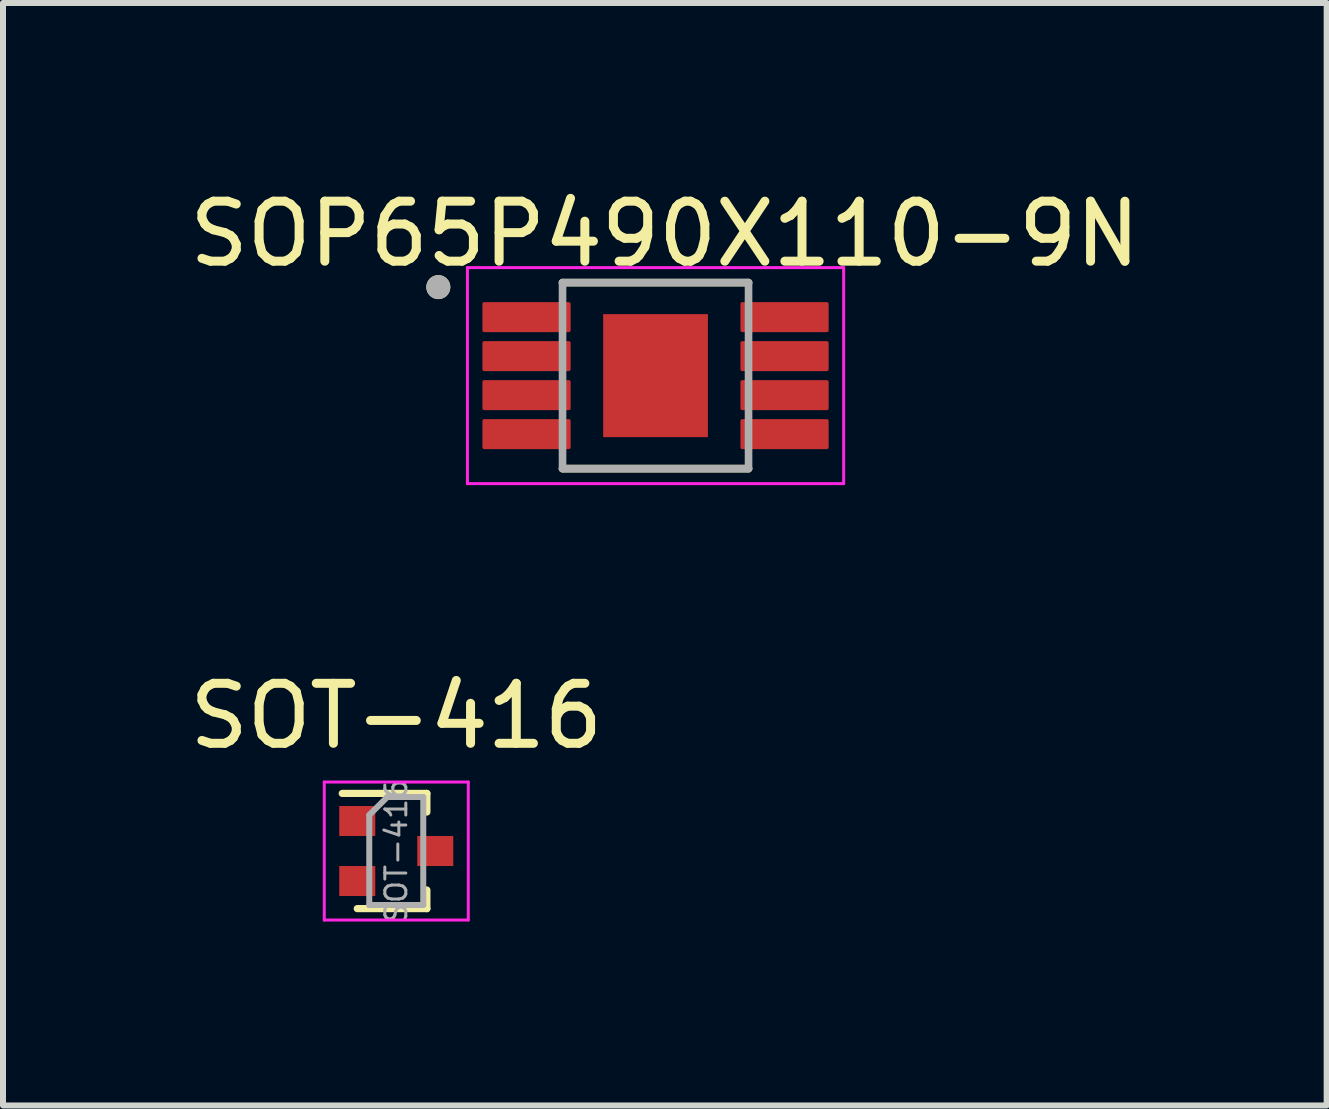
<source format=kicad_pcb>
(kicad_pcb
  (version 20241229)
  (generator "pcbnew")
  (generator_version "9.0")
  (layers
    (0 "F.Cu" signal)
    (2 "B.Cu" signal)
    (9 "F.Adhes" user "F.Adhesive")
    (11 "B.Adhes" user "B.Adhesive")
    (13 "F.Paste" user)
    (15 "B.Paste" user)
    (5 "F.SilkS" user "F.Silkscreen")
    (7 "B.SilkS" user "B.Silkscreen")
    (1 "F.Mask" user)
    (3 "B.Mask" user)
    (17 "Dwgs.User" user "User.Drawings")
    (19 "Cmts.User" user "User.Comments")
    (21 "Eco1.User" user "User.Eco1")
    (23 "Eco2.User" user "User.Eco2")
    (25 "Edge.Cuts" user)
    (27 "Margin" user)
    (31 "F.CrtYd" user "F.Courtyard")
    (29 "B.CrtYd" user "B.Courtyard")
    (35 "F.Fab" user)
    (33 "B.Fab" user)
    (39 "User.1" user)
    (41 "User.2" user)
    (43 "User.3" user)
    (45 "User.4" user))
  (footprint "SOP65P490X110-9N"
    (layer "F.Cu")
    (at 7.875 3.21)
    (property "Reference" "SOP65P490X110-9N" (at 0.155 -2.362 0) (layer "F.SilkS") (effects (font (size 1 1) (thickness 0.15))))
    (attr through_hole)
    (fp_line (start -1.55 -1.55) (end 1.55 -1.55) (stroke (width 0.127) (type solid)) (layer "F.SilkS"))
    (fp_line (start -1.55 1.55) (end 1.55 1.55) (stroke (width 0.127) (type solid)) (layer "F.SilkS"))
    (fp_circle (center -3.62 -1.475) (end -3.52 -1.475) (stroke (width 0.2) (type solid)) (fill no) (layer "F.SilkS"))
    (fp_poly (pts (xy -0.436 -0.512) (xy 0.436 -0.512) (xy 0.436 0.512) (xy -0.436 0.512)) (stroke (width 0.01) (type solid)) (fill yes) (layer "F.Paste"))
    (fp_line (start -3.135 -1.8) (end -3.135 1.8) (stroke (width 0.05) (type solid)) (layer "F.CrtYd"))
    (fp_line (start -3.135 -1.8) (end 3.135 -1.8) (stroke (width 0.05) (type solid)) (layer "F.CrtYd"))
    (fp_line (start -3.135 1.8) (end 3.135 1.8) (stroke (width 0.05) (type solid)) (layer "F.CrtYd"))
    (fp_line (start 3.135 -1.8) (end 3.135 1.8) (stroke (width 0.05) (type solid)) (layer "F.CrtYd"))
    (fp_line (start -1.55 -1.55) (end -1.55 1.55) (stroke (width 0.127) (type solid)) (layer "F.Fab"))
    (fp_line (start -1.55 -1.55) (end 1.55 -1.55) (stroke (width 0.127) (type solid)) (layer "F.Fab"))
    (fp_line (start -1.55 1.55) (end 1.55 1.55) (stroke (width 0.127) (type solid)) (layer "F.Fab"))
    (fp_line (start 1.55 -1.55) (end 1.55 1.55) (stroke (width 0.127) (type solid)) (layer "F.Fab"))
    (fp_circle (center -3.62 -1.475) (end -3.52 -1.475) (stroke (width 0.2) (type solid)) (fill no) (layer "F.Fab"))
    (pad "1" smd roundrect (at -2.15 -0.975) (size 1.47 0.5) (layers "F.Cu" "F.Mask" "F.Paste") (roundrect_rratio 0.06))
    (pad "2" smd roundrect (at -2.15 -0.325) (size 1.47 0.5) (layers "F.Cu" "F.Mask" "F.Paste") (roundrect_rratio 0.06))
    (pad "3" smd roundrect (at -2.15 0.325) (size 1.47 0.5) (layers "F.Cu" "F.Mask" "F.Paste") (roundrect_rratio 0.06))
    (pad "4" smd roundrect (at -2.15 0.975) (size 1.47 0.5) (layers "F.Cu" "F.Mask" "F.Paste") (roundrect_rratio 0.06))
    (pad "5" smd roundrect (at 2.15 0.975) (size 1.47 0.5) (layers "F.Cu" "F.Mask" "F.Paste") (roundrect_rratio 0.06))
    (pad "6" smd roundrect (at 2.15 0.325) (size 1.47 0.5) (layers "F.Cu" "F.Mask" "F.Paste") (roundrect_rratio 0.06))
    (pad "7" smd roundrect (at 2.15 -0.325) (size 1.47 0.5) (layers "F.Cu" "F.Mask" "F.Paste") (roundrect_rratio 0.06))
    (pad "8" smd roundrect (at 2.15 -0.975) (size 1.47 0.5) (layers "F.Cu" "F.Mask" "F.Paste") (roundrect_rratio 0.06))
    (pad "9" smd rect (at 0 0) (size 1.746 2.05) (layers "F.Cu" "F.Mask")))
  (footprint "SOT-416"
    (layer "F.Cu")
    (at 3.554 11.133)
    (property "Reference" "SOT-416" (at 0 -2.25 0) (layer "F.SilkS") (effects (font (size 1 1) (thickness 0.15))))
    (attr smd)
    (fp_line (start 0.51 -0.96) (end -0.9 -0.96) (stroke (width 0.12) (type solid)) (layer "F.SilkS"))
    (fp_line (start 0.51 -0.96) (end 0.51 -0.65) (stroke (width 0.12) (type solid)) (layer "F.SilkS"))
    (fp_line (start 0.51 0.96) (end -0.65 0.96) (stroke (width 0.12) (type solid)) (layer "F.SilkS"))
    (fp_line (start 0.51 0.96) (end 0.51 0.65) (stroke (width 0.12) (type solid)) (layer "F.SilkS"))
    (fp_line (start -1.2 -1.15) (end 1.2 -1.15) (stroke (width 0.05) (type solid)) (layer "F.CrtYd"))
    (fp_line (start -1.2 1.15) (end -1.2 -1.15) (stroke (width 0.05) (type solid)) (layer "F.CrtYd"))
    (fp_line (start 1.2 -1.15) (end 1.2 1.15) (stroke (width 0.05) (type solid)) (layer "F.CrtYd"))
    (fp_line (start 1.2 1.15) (end -1.2 1.15) (stroke (width 0.05) (type solid)) (layer "F.CrtYd"))
    (fp_line (start -0.45 -0.6) (end -0.45 0.9) (stroke (width 0.1) (type solid)) (layer "F.Fab"))
    (fp_line (start -0.45 0.9) (end 0.45 0.9) (stroke (width 0.1) (type solid)) (layer "F.Fab"))
    (fp_line (start -0.15 -0.9) (end -0.45 -0.6) (stroke (width 0.1) (type solid)) (layer "F.Fab"))
    (fp_line (start -0.15 -0.9) (end 0.45 -0.9) (stroke (width 0.1) (type solid)) (layer "F.Fab"))
    (fp_line (start 0.45 -0.9) (end 0.45 0.9) (stroke (width 0.1) (type solid)) (layer "F.Fab"))
    (fp_text user "${REFERENCE}" (at 0 0 90) (layer "F.Fab") (effects (font (size 0.35 0.35) (thickness 0.05))))
    (pad "1" smd rect (at -0.65 -0.5) (size 0.6 0.5) (layers "F.Cu" "F.Mask" "F.Paste"))
    (pad "2" smd rect (at -0.65 0.5) (size 0.6 0.5) (layers "F.Cu" "F.Mask" "F.Paste"))
    (pad "3" smd rect (at 0.65 0) (size 0.6 0.5) (layers "F.Cu" "F.Mask" "F.Paste")))
  (gr_rect
    (start -3 -3)
    (end 19.06 15.373)
    (stroke (width 0.1) (type default))
    (fill no)
    (layer "Edge.Cuts")))
</source>
